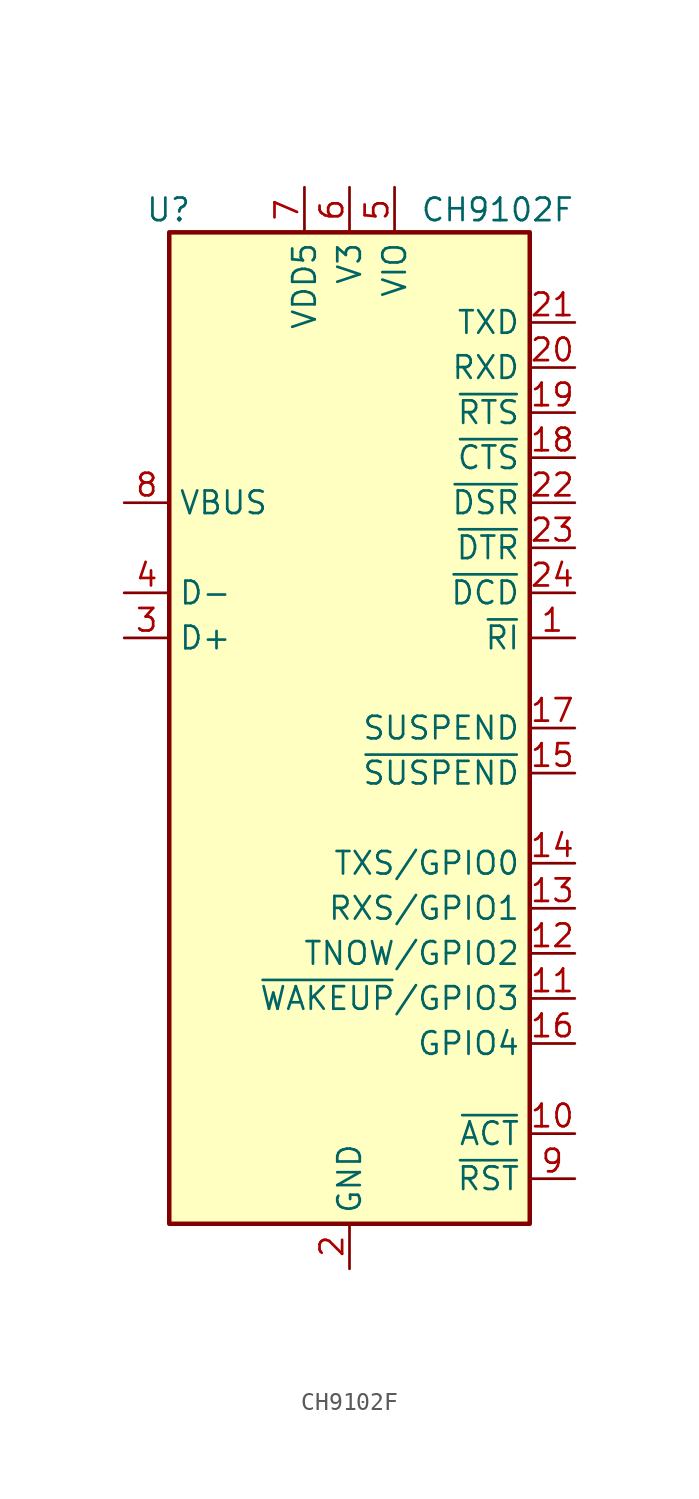
<source format=kicad_sym>
(kicad_symbol_lib
  (version 20211014)
  (generator kicad_symbol_editor)
  (symbol "CH9102F"
    (property "Reference" "U"
      (at -8.89 29.21 0)
      (effects (font (size 1.27 1.27)) (justify right)))
    (property "Value" "CH9102F"
      (at 12.7 29.21 0)
      (effects (font (size 1.27 1.27)) (justify right)))
    (symbol "CH9102F_1_1"
      (rectangle (start -10.16 27.94) (end 10.16 -27.94) (stroke (width 0.254) (type default) (color 0 0 0 0)) (fill (type background)))
      (pin input line (at 12.7 5.08 180) (length 2.54) (name "~{RI}" (effects (font (size 1.27 1.27)))) (number "1" (effects (font (size 1.27 1.27)))))
      (pin output line (at 12.7 -22.86 180) (length 2.54) (name "~{ACT}" (effects (font (size 1.27 1.27)))) (number "10" (effects (font (size 1.27 1.27)))))
      (pin bidirectional line (at 12.7 -15.24 180) (length 2.54) (name "~{WAKEUP}/GPIO3" (effects (font (size 1.27 1.27)))) (number "11" (effects (font (size 1.27 1.27)))))
      (pin bidirectional line (at 12.7 -12.7 180) (length 2.54) (name "TNOW/GPIO2" (effects (font (size 1.27 1.27)))) (number "12" (effects (font (size 1.27 1.27)))))
      (pin bidirectional line (at 12.7 -10.16 180) (length 2.54) (name "RXS/GPIO1" (effects (font (size 1.27 1.27)))) (number "13" (effects (font (size 1.27 1.27)))))
      (pin bidirectional line (at 12.7 -7.62 180) (length 2.54) (name "TXS/GPIO0" (effects (font (size 1.27 1.27)))) (number "14" (effects (font (size 1.27 1.27)))))
      (pin output line (at 12.7 -2.54 180) (length 2.54) (name "~{SUSPEND}" (effects (font (size 1.27 1.27)))) (number "15" (effects (font (size 1.27 1.27)))))
      (pin bidirectional line (at 12.7 -17.78 180) (length 2.54) (name "GPIO4" (effects (font (size 1.27 1.27)))) (number "16" (effects (font (size 1.27 1.27)))))
      (pin output line (at 12.7 0 180) (length 2.54) (name "SUSPEND" (effects (font (size 1.27 1.27)))) (number "17" (effects (font (size 1.27 1.27)))))
      (pin input line (at 12.7 15.24 180) (length 2.54) (name "~{CTS}" (effects (font (size 1.27 1.27)))) (number "18" (effects (font (size 1.27 1.27)))))
      (pin output line (at 12.7 17.78 180) (length 2.54) (name "~{RTS}" (effects (font (size 1.27 1.27)))) (number "19" (effects (font (size 1.27 1.27)))))
      (pin power_in line (at 0 -30.48 90) (length 2.54) (name "GND" (effects (font (size 1.27 1.27)))) (number "2" (effects (font (size 1.27 1.27)))))
      (pin input line (at 12.7 20.32 180) (length 2.54) (name "RXD" (effects (font (size 1.27 1.27)))) (number "20" (effects (font (size 1.27 1.27)))))
      (pin output line (at 12.7 22.86 180) (length 2.54) (name "TXD" (effects (font (size 1.27 1.27)))) (number "21" (effects (font (size 1.27 1.27)))))
      (pin input line (at 12.7 12.7 180) (length 2.54) (name "~{DSR}" (effects (font (size 1.27 1.27)))) (number "22" (effects (font (size 1.27 1.27)))))
      (pin output line (at 12.7 10.16 180) (length 2.54) (name "~{DTR}" (effects (font (size 1.27 1.27)))) (number "23" (effects (font (size 1.27 1.27)))))
      (pin input line (at 12.7 7.62 180) (length 2.54) (name "~{DCD}" (effects (font (size 1.27 1.27)))) (number "24" (effects (font (size 1.27 1.27)))))
      (pin passive line (at 0 -30.48 90) (length 2.54) hide (name "GND" (effects (font (size 1.27 1.27)))) (number "25" (effects (font (size 1.27 1.27)))))
      (pin bidirectional line (at -12.7 5.08 0) (length 2.54) (name "D+" (effects (font (size 1.27 1.27)))) (number "3" (effects (font (size 1.27 1.27)))))
      (pin bidirectional line (at -12.7 7.62 0) (length 2.54) (name "D-" (effects (font (size 1.27 1.27)))) (number "4" (effects (font (size 1.27 1.27)))))
      (pin power_in line (at 2.54 30.48 270) (length 2.54) (name "VIO" (effects (font (size 1.27 1.27)))) (number "5" (effects (font (size 1.27 1.27)))))
      (pin power_out line (at 0 30.48 270) (length 2.54) (name "V3" (effects (font (size 1.27 1.27)))) (number "6" (effects (font (size 1.27 1.27)))))
      (pin power_in line (at -2.54 30.48 270) (length 2.54) (name "VDD5" (effects (font (size 1.27 1.27)))) (number "7" (effects (font (size 1.27 1.27)))))
      (pin input line (at -12.7 12.7 0) (length 2.54) (name "VBUS" (effects (font (size 1.27 1.27)))) (number "8" (effects (font (size 1.27 1.27)))))
      (pin input line (at 12.7 -25.4 180) (length 2.54) (name "~{RST}" (effects (font (size 1.27 1.27)))) (number "9" (effects (font (size 1.27 1.27))))))))
</source>
